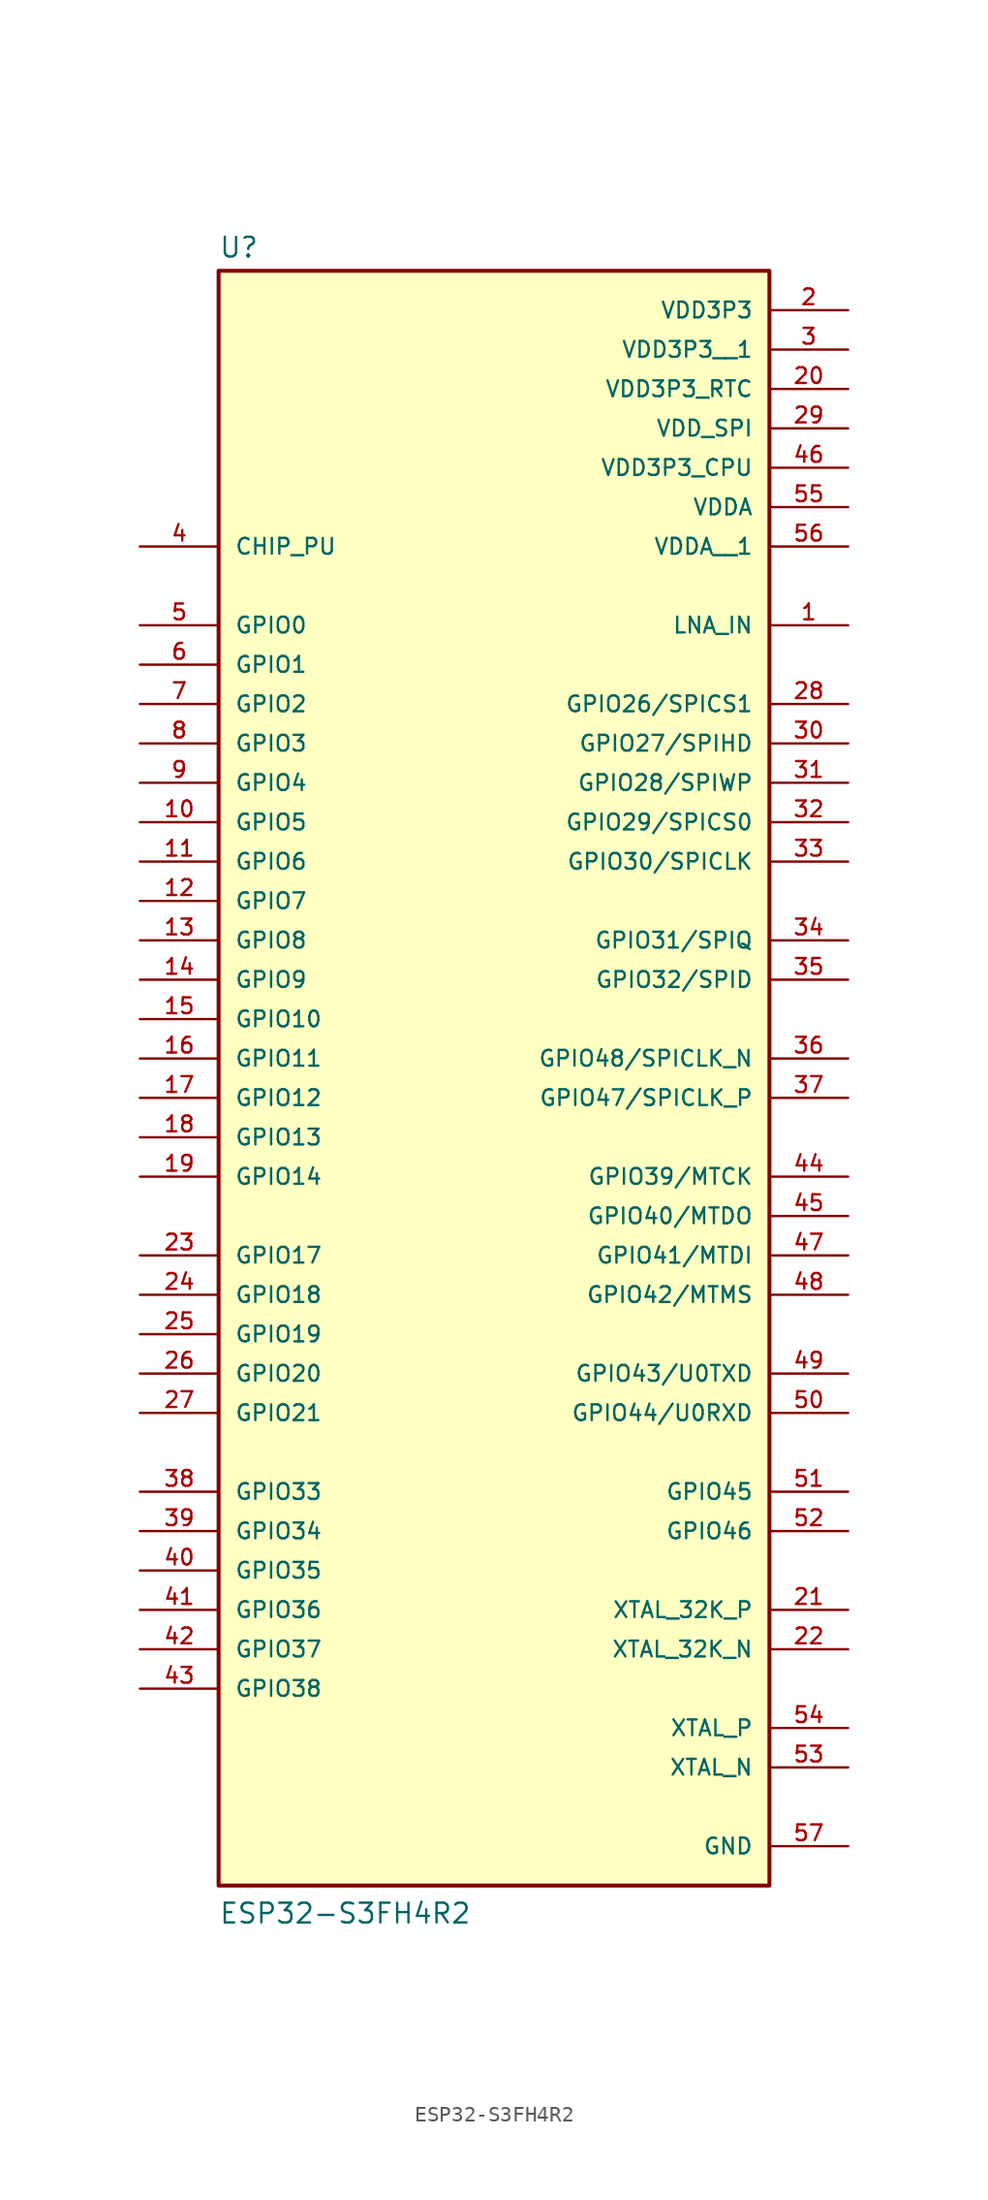
<source format=kicad_sym>
(kicad_symbol_lib
  (version 20211014)
  (generator kicad_symbol_editor)
  (symbol "ESP32-S3FH4R2"
    (pin_names
      (offset 1.016))
    (property "Reference" "U"
      (at -17.78 51.562 0)
      (effects (font (size 1.27 1.27)) (justify bottom left)))
    (property "Value" "ESP32-S3FH4R2"
      (at -17.78 -55.88 0)
      (effects (font (size 1.27 1.27)) (justify bottom left)))
    (symbol "ESP32-S3FH4R2_0_0"
      (rectangle (start -17.78 -53.34) (end 17.78 50.8) (stroke (width 0.254)) (fill (type background)))
      (pin power_in line (at 22.86 35.56 180.0) (length 5.08) (name "VDDA" (effects (font (size 1.016 1.016)))) (number "55" (effects (font (size 1.016 1.016)))))
      (pin bidirectional line (at 22.86 27.94 180.0) (length 5.08) (name "LNA_IN" (effects (font (size 1.016 1.016)))) (number "1" (effects (font (size 1.016 1.016)))))
      (pin power_in line (at 22.86 48.26 180.0) (length 5.08) (name "VDD3P3" (effects (font (size 1.016 1.016)))) (number "2" (effects (font (size 1.016 1.016)))))
      (pin bidirectional line (at -22.86 27.94 0) (length 5.08) (name "GPIO0" (effects (font (size 1.016 1.016)))) (number "5" (effects (font (size 1.016 1.016)))))
      (pin bidirectional line (at -22.86 25.4 0) (length 5.08) (name "GPIO1" (effects (font (size 1.016 1.016)))) (number "6" (effects (font (size 1.016 1.016)))))
      (pin bidirectional line (at -22.86 22.86 0) (length 5.08) (name "GPIO2" (effects (font (size 1.016 1.016)))) (number "7" (effects (font (size 1.016 1.016)))))
      (pin bidirectional line (at -22.86 20.32 0) (length 5.08) (name "GPIO3" (effects (font (size 1.016 1.016)))) (number "8" (effects (font (size 1.016 1.016)))))
      (pin bidirectional line (at -22.86 17.78 0) (length 5.08) (name "GPIO4" (effects (font (size 1.016 1.016)))) (number "9" (effects (font (size 1.016 1.016)))))
      (pin bidirectional line (at -22.86 15.24 0) (length 5.08) (name "GPIO5" (effects (font (size 1.016 1.016)))) (number "10" (effects (font (size 1.016 1.016)))))
      (pin bidirectional line (at -22.86 12.7 0) (length 5.08) (name "GPIO6" (effects (font (size 1.016 1.016)))) (number "11" (effects (font (size 1.016 1.016)))))
      (pin bidirectional line (at -22.86 10.16 0) (length 5.08) (name "GPIO7" (effects (font (size 1.016 1.016)))) (number "12" (effects (font (size 1.016 1.016)))))
      (pin bidirectional line (at -22.86 7.62 0) (length 5.08) (name "GPIO8" (effects (font (size 1.016 1.016)))) (number "13" (effects (font (size 1.016 1.016)))))
      (pin bidirectional line (at -22.86 5.08 0) (length 5.08) (name "GPIO9" (effects (font (size 1.016 1.016)))) (number "14" (effects (font (size 1.016 1.016)))))
      (pin bidirectional line (at -22.86 2.54 0) (length 5.08) (name "GPIO10" (effects (font (size 1.016 1.016)))) (number "15" (effects (font (size 1.016 1.016)))))
      (pin bidirectional line (at -22.86 0.0 0) (length 5.08) (name "GPIO11" (effects (font (size 1.016 1.016)))) (number "16" (effects (font (size 1.016 1.016)))))
      (pin bidirectional line (at -22.86 -2.54 0) (length 5.08) (name "GPIO12" (effects (font (size 1.016 1.016)))) (number "17" (effects (font (size 1.016 1.016)))))
      (pin bidirectional line (at -22.86 -5.08 0) (length 5.08) (name "GPIO13" (effects (font (size 1.016 1.016)))) (number "18" (effects (font (size 1.016 1.016)))))
      (pin bidirectional line (at -22.86 -7.62 0) (length 5.08) (name "GPIO14" (effects (font (size 1.016 1.016)))) (number "19" (effects (font (size 1.016 1.016)))))
      (pin power_in line (at 22.86 43.18 180.0) (length 5.08) (name "VDD3P3_RTC" (effects (font (size 1.016 1.016)))) (number "20" (effects (font (size 1.016 1.016)))))
      (pin bidirectional line (at 22.86 -35.56 180.0) (length 5.08) (name "XTAL_32K_P" (effects (font (size 1.016 1.016)))) (number "21" (effects (font (size 1.016 1.016)))))
      (pin bidirectional line (at 22.86 -38.1 180.0) (length 5.08) (name "XTAL_32K_N" (effects (font (size 1.016 1.016)))) (number "22" (effects (font (size 1.016 1.016)))))
      (pin bidirectional line (at -22.86 -12.7 0) (length 5.08) (name "GPIO17" (effects (font (size 1.016 1.016)))) (number "23" (effects (font (size 1.016 1.016)))))
      (pin bidirectional line (at -22.86 -15.24 0) (length 5.08) (name "GPIO18" (effects (font (size 1.016 1.016)))) (number "24" (effects (font (size 1.016 1.016)))))
      (pin bidirectional line (at -22.86 -17.78 0) (length 5.08) (name "GPIO19" (effects (font (size 1.016 1.016)))) (number "25" (effects (font (size 1.016 1.016)))))
      (pin bidirectional line (at -22.86 -20.32 0) (length 5.08) (name "GPIO20" (effects (font (size 1.016 1.016)))) (number "26" (effects (font (size 1.016 1.016)))))
      (pin bidirectional line (at -22.86 -22.86 0) (length 5.08) (name "GPIO21" (effects (font (size 1.016 1.016)))) (number "27" (effects (font (size 1.016 1.016)))))
      (pin bidirectional line (at 22.86 22.86 180.0) (length 5.08) (name "GPIO26/SPICS1" (effects (font (size 1.016 1.016)))) (number "28" (effects (font (size 1.016 1.016)))))
      (pin power_in line (at 22.86 40.64 180.0) (length 5.08) (name "VDD_SPI" (effects (font (size 1.016 1.016)))) (number "29" (effects (font (size 1.016 1.016)))))
      (pin bidirectional line (at 22.86 20.32 180.0) (length 5.08) (name "GPIO27/SPIHD" (effects (font (size 1.016 1.016)))) (number "30" (effects (font (size 1.016 1.016)))))
      (pin bidirectional line (at 22.86 17.78 180.0) (length 5.08) (name "GPIO28/SPIWP" (effects (font (size 1.016 1.016)))) (number "31" (effects (font (size 1.016 1.016)))))
      (pin bidirectional line (at 22.86 15.24 180.0) (length 5.08) (name "GPIO29/SPICS0" (effects (font (size 1.016 1.016)))) (number "32" (effects (font (size 1.016 1.016)))))
      (pin bidirectional line (at 22.86 12.7 180.0) (length 5.08) (name "GPIO30/SPICLK" (effects (font (size 1.016 1.016)))) (number "33" (effects (font (size 1.016 1.016)))))
      (pin bidirectional line (at 22.86 7.62 180.0) (length 5.08) (name "GPIO31/SPIQ" (effects (font (size 1.016 1.016)))) (number "34" (effects (font (size 1.016 1.016)))))
      (pin bidirectional line (at 22.86 5.08 180.0) (length 5.08) (name "GPIO32/SPID" (effects (font (size 1.016 1.016)))) (number "35" (effects (font (size 1.016 1.016)))))
      (pin bidirectional line (at -22.86 -27.94 0) (length 5.08) (name "GPIO33" (effects (font (size 1.016 1.016)))) (number "38" (effects (font (size 1.016 1.016)))))
      (pin bidirectional line (at -22.86 -30.48 0) (length 5.08) (name "GPIO34" (effects (font (size 1.016 1.016)))) (number "39" (effects (font (size 1.016 1.016)))))
      (pin bidirectional line (at -22.86 -33.02 0) (length 5.08) (name "GPIO35" (effects (font (size 1.016 1.016)))) (number "40" (effects (font (size 1.016 1.016)))))
      (pin bidirectional line (at -22.86 -35.56 0) (length 5.08) (name "GPIO36" (effects (font (size 1.016 1.016)))) (number "41" (effects (font (size 1.016 1.016)))))
      (pin bidirectional line (at -22.86 -38.1 0) (length 5.08) (name "GPIO37" (effects (font (size 1.016 1.016)))) (number "42" (effects (font (size 1.016 1.016)))))
      (pin bidirectional line (at -22.86 -40.64 0) (length 5.08) (name "GPIO38" (effects (font (size 1.016 1.016)))) (number "43" (effects (font (size 1.016 1.016)))))
      (pin bidirectional line (at 22.86 -7.62 180.0) (length 5.08) (name "GPIO39/MTCK" (effects (font (size 1.016 1.016)))) (number "44" (effects (font (size 1.016 1.016)))))
      (pin bidirectional line (at 22.86 -10.16 180.0) (length 5.08) (name "GPIO40/MTDO" (effects (font (size 1.016 1.016)))) (number "45" (effects (font (size 1.016 1.016)))))
      (pin power_in line (at 22.86 38.1 180.0) (length 5.08) (name "VDD3P3_CPU" (effects (font (size 1.016 1.016)))) (number "46" (effects (font (size 1.016 1.016)))))
      (pin bidirectional line (at 22.86 -12.7 180.0) (length 5.08) (name "GPIO41/MTDI" (effects (font (size 1.016 1.016)))) (number "47" (effects (font (size 1.016 1.016)))))
      (pin bidirectional line (at 22.86 -15.24 180.0) (length 5.08) (name "GPIO42/MTMS" (effects (font (size 1.016 1.016)))) (number "48" (effects (font (size 1.016 1.016)))))
      (pin bidirectional line (at 22.86 -20.32 180.0) (length 5.08) (name "GPIO43/U0TXD" (effects (font (size 1.016 1.016)))) (number "49" (effects (font (size 1.016 1.016)))))
      (pin bidirectional line (at 22.86 -22.86 180.0) (length 5.08) (name "GPIO44/U0RXD" (effects (font (size 1.016 1.016)))) (number "50" (effects (font (size 1.016 1.016)))))
      (pin bidirectional line (at 22.86 -27.94 180.0) (length 5.08) (name "GPIO45" (effects (font (size 1.016 1.016)))) (number "51" (effects (font (size 1.016 1.016)))))
      (pin output line (at 22.86 -45.72 180.0) (length 5.08) (name "XTAL_N" (effects (font (size 1.016 1.016)))) (number "53" (effects (font (size 1.016 1.016)))))
      (pin input line (at 22.86 -43.18 180.0) (length 5.08) (name "XTAL_P" (effects (font (size 1.016 1.016)))) (number "54" (effects (font (size 1.016 1.016)))))
      (pin bidirectional line (at 22.86 -30.48 180.0) (length 5.08) (name "GPIO46" (effects (font (size 1.016 1.016)))) (number "52" (effects (font (size 1.016 1.016)))))
      (pin input line (at -22.86 33.02 0) (length 5.08) (name "CHIP_PU" (effects (font (size 1.016 1.016)))) (number "4" (effects (font (size 1.016 1.016)))))
      (pin power_in line (at 22.86 -50.8 180.0) (length 5.08) (name "GND" (effects (font (size 1.016 1.016)))) (number "57" (effects (font (size 1.016 1.016)))))
      (pin bidirectional line (at 22.86 0.0 180.0) (length 5.08) (name "GPIO48/SPICLK_N" (effects (font (size 1.016 1.016)))) (number "36" (effects (font (size 1.016 1.016)))))
      (pin bidirectional line (at 22.86 -2.54 180.0) (length 5.08) (name "GPIO47/SPICLK_P" (effects (font (size 1.016 1.016)))) (number "37" (effects (font (size 1.016 1.016)))))
      (pin power_in line (at 22.86 45.72 180.0) (length 5.08) (name "VDD3P3__1" (effects (font (size 1.016 1.016)))) (number "3" (effects (font (size 1.016 1.016)))))
      (pin power_in line (at 22.86 33.02 180.0) (length 5.08) (name "VDDA__1" (effects (font (size 1.016 1.016)))) (number "56" (effects (font (size 1.016 1.016))))))))
</source>
